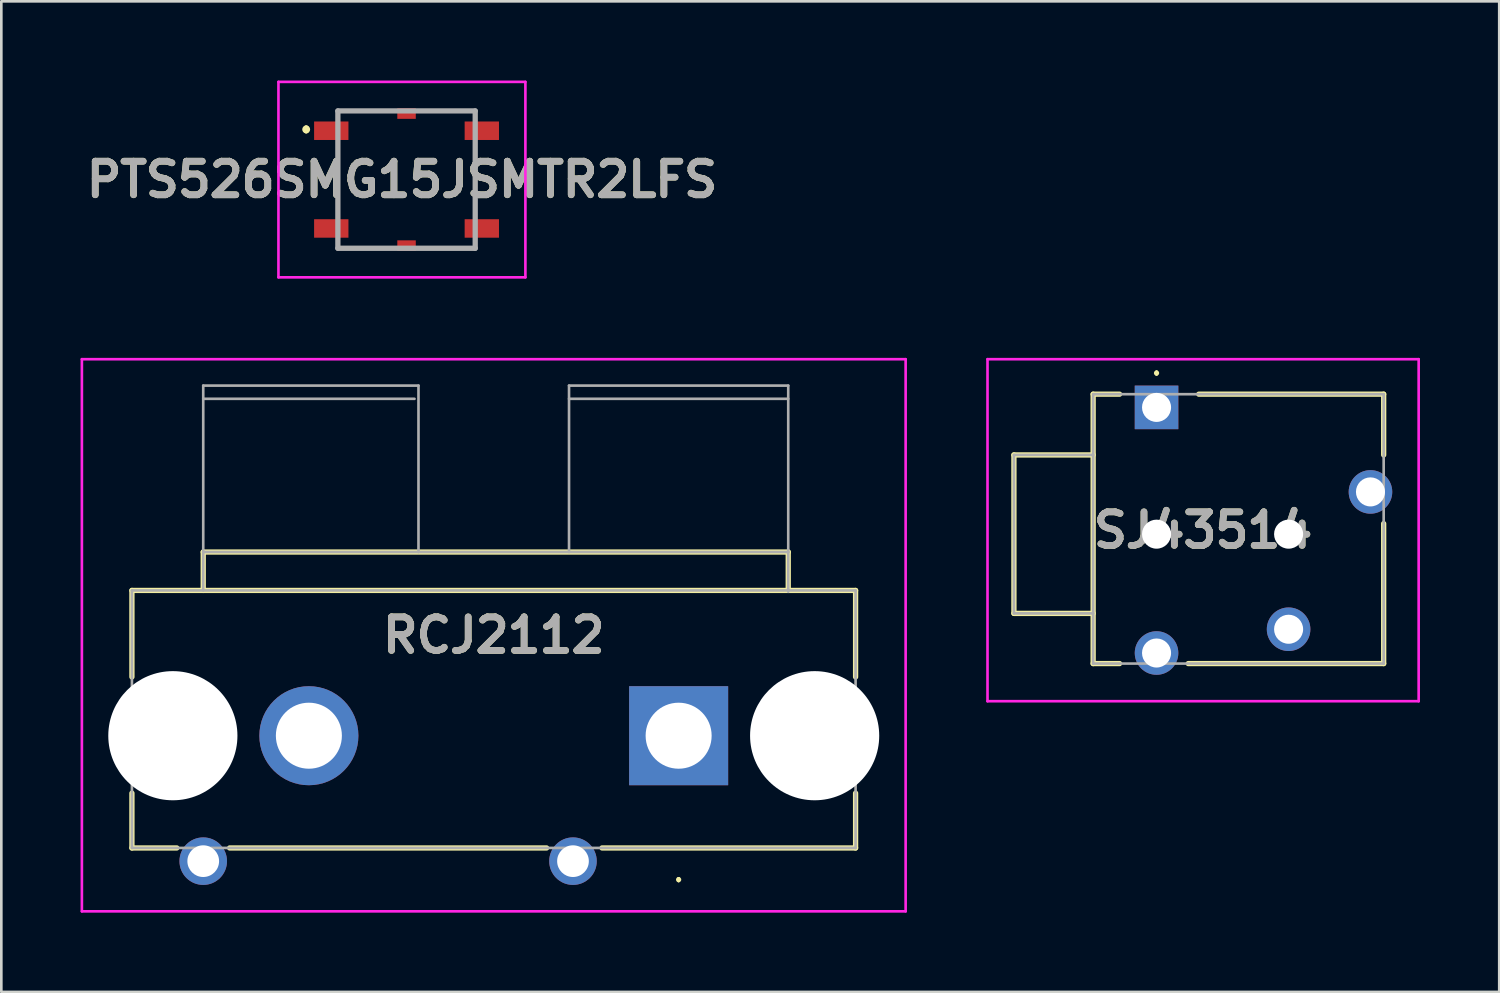
<source format=kicad_pcb>
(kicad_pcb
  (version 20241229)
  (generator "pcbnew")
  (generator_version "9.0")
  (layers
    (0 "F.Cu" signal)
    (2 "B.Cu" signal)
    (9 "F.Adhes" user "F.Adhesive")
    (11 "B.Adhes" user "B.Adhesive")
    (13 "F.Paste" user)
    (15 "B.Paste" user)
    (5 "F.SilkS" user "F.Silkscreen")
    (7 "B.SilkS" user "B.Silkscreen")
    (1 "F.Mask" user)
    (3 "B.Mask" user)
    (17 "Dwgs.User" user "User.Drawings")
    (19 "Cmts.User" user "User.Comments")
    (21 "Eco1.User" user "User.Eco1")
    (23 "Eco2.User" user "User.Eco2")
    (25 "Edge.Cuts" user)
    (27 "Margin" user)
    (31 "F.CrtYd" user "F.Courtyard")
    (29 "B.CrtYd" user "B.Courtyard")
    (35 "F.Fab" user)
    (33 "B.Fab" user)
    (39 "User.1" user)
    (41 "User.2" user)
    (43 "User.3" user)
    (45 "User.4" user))
  (footprint "RCJ2112"
    (layer "F.Cu")
    (at 22.645 24.806)
    (property "Reference" "RCJ2112" (at -7 -3.803 0) (layer "F.SilkS") (effects (font (size 1.27 1.27) (thickness 0.254))))
    (attr through_hole)
    (fp_line (start -20.7 -5.5) (end 6.7 -5.5) (stroke (width 0.2) (type solid)) (layer "F.SilkS"))
    (fp_line (start -20.7 -2.225) (end -20.7 -5.5) (stroke (width 0.2) (type solid)) (layer "F.SilkS"))
    (fp_line (start -20.7 4.25) (end -20.7 2.175) (stroke (width 0.2) (type solid)) (layer "F.SilkS"))
    (fp_line (start -19 4.25) (end -20.7 4.25) (stroke (width 0.2) (type solid)) (layer "F.SilkS"))
    (fp_line (start -18 -6.955) (end 4.15 -6.955) (stroke (width 0.2) (type solid)) (layer "F.SilkS"))
    (fp_line (start -18 -5.5) (end -18 -6.955) (stroke (width 0.2) (type solid)) (layer "F.SilkS"))
    (fp_line (start -5 4.25) (end -17 4.25) (stroke (width 0.2) (type solid)) (layer "F.SilkS"))
    (fp_line (start 0 5.4) (end 0 5.4) (stroke (width 0.1) (type solid)) (layer "F.SilkS"))
    (fp_line (start 0 5.5) (end 0 5.5) (stroke (width 0.1) (type solid)) (layer "F.SilkS"))
    (fp_line (start 4.15 -6.955) (end 4.15 -5.5) (stroke (width 0.2) (type solid)) (layer "F.SilkS"))
    (fp_line (start 6.7 -5.5) (end 6.7 -2.225) (stroke (width 0.2) (type solid)) (layer "F.SilkS"))
    (fp_line (start 6.7 2.175) (end 6.7 4.25) (stroke (width 0.2) (type solid)) (layer "F.SilkS"))
    (fp_line (start 6.7 4.25) (end -2.9 4.25) (stroke (width 0.2) (type solid)) (layer "F.SilkS"))
    (fp_arc (start 0 5.4) (mid 0.05 5.45) (end 0 5.5) (stroke (width 0.1) (type solid)) (layer "F.SilkS"))
    (fp_arc (start 0 5.5) (mid -0.05 5.45) (end 0 5.4) (stroke (width 0.1) (type solid)) (layer "F.SilkS"))
    (fp_line (start -22.595 -14.256) (end 8.595 -14.256) (stroke (width 0.1) (type solid)) (layer "F.CrtYd"))
    (fp_line (start -22.595 6.65) (end -22.595 -14.256) (stroke (width 0.1) (type solid)) (layer "F.CrtYd"))
    (fp_line (start 8.595 -14.256) (end 8.595 6.65) (stroke (width 0.1) (type solid)) (layer "F.CrtYd"))
    (fp_line (start 8.595 6.65) (end -22.595 6.65) (stroke (width 0.1) (type solid)) (layer "F.CrtYd"))
    (fp_line (start -20.7 -5.5) (end 6.7 -5.5) (stroke (width 0.1) (type solid)) (layer "F.Fab"))
    (fp_line (start -20.7 4.25) (end -20.7 -5.5) (stroke (width 0.1) (type solid)) (layer "F.Fab"))
    (fp_line (start -18 -13.256) (end -9.85 -13.256) (stroke (width 0.1) (type solid)) (layer "F.Fab"))
    (fp_line (start -18 -12.756) (end -10 -12.756) (stroke (width 0.1) (type solid)) (layer "F.Fab"))
    (fp_line (start -18 -6.955) (end -18 -13.256) (stroke (width 0.1) (type solid)) (layer "F.Fab"))
    (fp_line (start -18 -6.955) (end 4.15 -6.955) (stroke (width 0.1) (type solid)) (layer "F.Fab"))
    (fp_line (start -18 -5.5) (end -18 -6.955) (stroke (width 0.1) (type solid)) (layer "F.Fab"))
    (fp_line (start -9.85 -13.256) (end -9.85 -6.955) (stroke (width 0.1) (type solid)) (layer "F.Fab"))
    (fp_line (start -4.15 -13.256) (end -4.15 -6.955) (stroke (width 0.1) (type solid)) (layer "F.Fab"))
    (fp_line (start -4.15 -12.756) (end 4.15 -12.756) (stroke (width 0.1) (type solid)) (layer "F.Fab"))
    (fp_line (start 4.15 -13.256) (end -4.15 -13.256) (stroke (width 0.1) (type solid)) (layer "F.Fab"))
    (fp_line (start 4.15 -6.955) (end 4.15 -13.256) (stroke (width 0.1) (type solid)) (layer "F.Fab"))
    (fp_line (start 4.15 -6.955) (end 4.15 -5.455) (stroke (width 0.1) (type solid)) (layer "F.Fab"))
    (fp_line (start 6.7 -5.5) (end 6.7 4.25) (stroke (width 0.1) (type solid)) (layer "F.Fab"))
    (fp_line (start 6.7 4.25) (end -20.7 4.25) (stroke (width 0.1) (type solid)) (layer "F.Fab"))
    (fp_text user "${REFERENCE}" (at -7 -3.803 0) (layer "F.Fab") (effects (font (size 1.27 1.27) (thickness 0.254))))
    (pad "" np_thru_hole circle (at -19.15 0) (size 4.89 4.89) (drill 4.89) (layers "*.Cu" "*.Mask"))
    (pad "" np_thru_hole circle (at 5.15 0) (size 4.89 4.89) (drill 4.89) (layers "*.Cu" "*.Mask"))
    (pad "1" thru_hole rect (at 0 0) (size 3.75 3.75) (drill 2.5) (layers "*.Cu" "*.Mask"))
    (pad "2" thru_hole circle (at -4 4.75) (size 1.8 1.8) (drill 1.2) (layers "*.Cu" "*.Mask"))
    (pad "3" thru_hole circle (at -14 0) (size 3.75 3.75) (drill 2.5) (layers "*.Cu" "*.Mask"))
    (pad "4" thru_hole circle (at -18 4.75) (size 1.8 1.8) (drill 1.2) (layers "*.Cu" "*.Mask")))
  (footprint "PTS526SMG15JSMTR2LFS"
    (layer "F.Cu")
    (at 12.343 3.75)
    (property "Reference" "PTS526SMG15JSMTR2LFS" (at -0.175 0 0) (layer "F.SilkS") (effects (font (size 1.27 1.27) (thickness 0.254))))
    (attr smd)
    (fp_line (start -3.8 -1.95) (end -3.8 -1.95) (stroke (width 0.2) (type solid)) (layer "F.SilkS"))
    (fp_line (start -3.8 -1.85) (end -3.8 -1.85) (stroke (width 0.2) (type solid)) (layer "F.SilkS"))
    (fp_line (start -2.6 -1) (end -2.6 1) (stroke (width 0.1) (type solid)) (layer "F.SilkS"))
    (fp_line (start -0.5 -2.6) (end -2.6 -2.6) (stroke (width 0.1) (type solid)) (layer "F.SilkS"))
    (fp_line (start 0.5 2.6) (end 2.5 2.6) (stroke (width 0.1) (type solid)) (layer "F.SilkS"))
    (fp_line (start 2.6 -1) (end 2.6 1) (stroke (width 0.1) (type solid)) (layer "F.SilkS"))
    (fp_arc (start -3.8 -1.95) (mid -3.75 -1.9) (end -3.8 -1.85) (stroke (width 0.2) (type solid)) (layer "F.SilkS"))
    (fp_arc (start -3.8 -1.85) (mid -3.85 -1.9) (end -3.8 -1.95) (stroke (width 0.2) (type solid)) (layer "F.SilkS"))
    (fp_line (start -4.85 -3.7) (end 4.5 -3.7) (stroke (width 0.1) (type solid)) (layer "F.CrtYd"))
    (fp_line (start -4.85 3.7) (end -4.85 -3.7) (stroke (width 0.1) (type solid)) (layer "F.CrtYd"))
    (fp_line (start 4.5 -3.7) (end 4.5 3.7) (stroke (width 0.1) (type solid)) (layer "F.CrtYd"))
    (fp_line (start 4.5 3.7) (end -4.85 3.7) (stroke (width 0.1) (type solid)) (layer "F.CrtYd"))
    (fp_line (start -2.6 -2.6) (end 2.6 -2.6) (stroke (width 0.2) (type solid)) (layer "F.Fab"))
    (fp_line (start -2.6 2.6) (end -2.6 -2.6) (stroke (width 0.2) (type solid)) (layer "F.Fab"))
    (fp_line (start 2.6 -2.6) (end 2.6 2.6) (stroke (width 0.2) (type solid)) (layer "F.Fab"))
    (fp_line (start 2.6 2.6) (end -2.6 2.6) (stroke (width 0.2) (type solid)) (layer "F.Fab"))
    (fp_text user "${REFERENCE}" (at -0.175 0 0) (layer "F.Fab") (effects (font (size 1.27 1.27) (thickness 0.254))))
    (pad "1" smd rect (at -2.85 -1.85 90) (size 0.7 1.3) (layers "F.Cu" "F.Mask" "F.Paste"))
    (pad "2" smd rect (at 2.85 -1.85 90) (size 0.7 1.3) (layers "F.Cu" "F.Mask" "F.Paste"))
    (pad "3" smd rect (at -2.85 1.85 90) (size 0.7 1.3) (layers "F.Cu" "F.Mask" "F.Paste"))
    (pad "4" smd rect (at 2.85 1.85 90) (size 0.7 1.3) (layers "F.Cu" "F.Mask" "F.Paste"))
    (pad "5" smd rect (at 0 -2.5 90) (size 0.4 0.7) (layers "F.Cu" "F.Mask" "F.Paste"))
    (pad "6" smd rect (at 0 2.5 90) (size 0.4 0.7) (layers "F.Cu" "F.Mask" "F.Paste")))
  (footprint "SJ43514"
    (layer "F.Cu")
    (at 40.74 12.375)
    (property "Reference" "SJ43514" (at 1.762 4.65 0) (layer "F.SilkS") (effects (font (size 1.27 1.27) (thickness 0.254))))
    (attr through_hole)
    (fp_line (start -5.4 1.8) (end -5.4 7.8) (stroke (width 0.2) (type solid)) (layer "F.SilkS"))
    (fp_line (start -5.4 7.8) (end -2.4 7.8) (stroke (width 0.2) (type solid)) (layer "F.SilkS"))
    (fp_line (start -2.4 -0.5) (end -2.4 9.7) (stroke (width 0.2) (type solid)) (layer "F.SilkS"))
    (fp_line (start -2.4 1.8) (end -5.4 1.8) (stroke (width 0.2) (type solid)) (layer "F.SilkS"))
    (fp_line (start -2.4 9.7) (end -1.4 9.7) (stroke (width 0.2) (type solid)) (layer "F.SilkS"))
    (fp_line (start -1.4 -0.5) (end -2.4 -0.5) (stroke (width 0.2) (type solid)) (layer "F.SilkS"))
    (fp_line (start 0 -1.35) (end 0 -1.35) (stroke (width 0.1) (type solid)) (layer "F.SilkS"))
    (fp_line (start 0 -1.25) (end 0 -1.25) (stroke (width 0.1) (type solid)) (layer "F.SilkS"))
    (fp_line (start 1.2 9.7) (end 8.6 9.7) (stroke (width 0.2) (type solid)) (layer "F.SilkS"))
    (fp_line (start 1.6 -0.5) (end 8.6 -0.5) (stroke (width 0.2) (type solid)) (layer "F.SilkS"))
    (fp_line (start 8.6 -0.5) (end 8.6 1.8) (stroke (width 0.2) (type solid)) (layer "F.SilkS"))
    (fp_line (start 8.6 9.7) (end 8.6 4.4) (stroke (width 0.2) (type solid)) (layer "F.SilkS"))
    (fp_arc (start 0 -1.35) (mid 0.05 -1.3) (end 0 -1.25) (stroke (width 0.1) (type solid)) (layer "F.SilkS"))
    (fp_arc (start 0 -1.25) (mid -0.05 -1.3) (end 0 -1.35) (stroke (width 0.1) (type solid)) (layer "F.SilkS"))
    (fp_line (start -6.4 -1.825) (end 9.925 -1.825) (stroke (width 0.1) (type solid)) (layer "F.CrtYd"))
    (fp_line (start -6.4 11.125) (end -6.4 -1.825) (stroke (width 0.1) (type solid)) (layer "F.CrtYd"))
    (fp_line (start 9.925 -1.825) (end 9.925 11.125) (stroke (width 0.1) (type solid)) (layer "F.CrtYd"))
    (fp_line (start 9.925 11.125) (end -6.4 11.125) (stroke (width 0.1) (type solid)) (layer "F.CrtYd"))
    (fp_line (start -5.4 1.8) (end -5.4 7.8) (stroke (width 0.1) (type solid)) (layer "F.Fab"))
    (fp_line (start -5.4 7.8) (end -2.4 7.8) (stroke (width 0.1) (type solid)) (layer "F.Fab"))
    (fp_line (start -2.4 -0.5) (end 8.6 -0.5) (stroke (width 0.1) (type solid)) (layer "F.Fab"))
    (fp_line (start -2.4 1.8) (end -5.4 1.8) (stroke (width 0.1) (type solid)) (layer "F.Fab"))
    (fp_line (start -2.4 9.7) (end -2.4 -0.5) (stroke (width 0.1) (type solid)) (layer "F.Fab"))
    (fp_line (start 8.6 -0.5) (end 8.6 9.7) (stroke (width 0.1) (type solid)) (layer "F.Fab"))
    (fp_line (start 8.6 9.7) (end -2.4 9.7) (stroke (width 0.1) (type solid)) (layer "F.Fab"))
    (fp_text user "${REFERENCE}" (at 1.762 4.65 0) (layer "F.Fab") (effects (font (size 1.27 1.27) (thickness 0.254))))
    (pad "" np_thru_hole circle (at 0 4.8) (size 1.1 1.1) (drill 1.1) (layers "*.Cu" "*.Mask"))
    (pad "" np_thru_hole circle (at 5 4.8) (size 1.1 1.1) (drill 1.1) (layers "*.Cu" "*.Mask"))
    (pad "1" thru_hole rect (at 0 0) (size 1.65 1.65) (drill 1.1) (layers "*.Cu" "*.Mask"))
    (pad "2" thru_hole circle (at 5 8.4) (size 1.65 1.65) (drill 1.1) (layers "*.Cu" "*.Mask"))
    (pad "3" thru_hole circle (at 8.1 3.2) (size 1.65 1.65) (drill 1.1) (layers "*.Cu" "*.Mask"))
    (pad "4" thru_hole circle (at 0 9.3) (size 1.65 1.65) (drill 1.1) (layers "*.Cu" "*.Mask")))
  (gr_rect
    (start -3 -3)
    (end 53.715 34.506)
    (stroke (width 0.1) (type default))
    (fill no)
    (layer "Edge.Cuts")))
</source>
